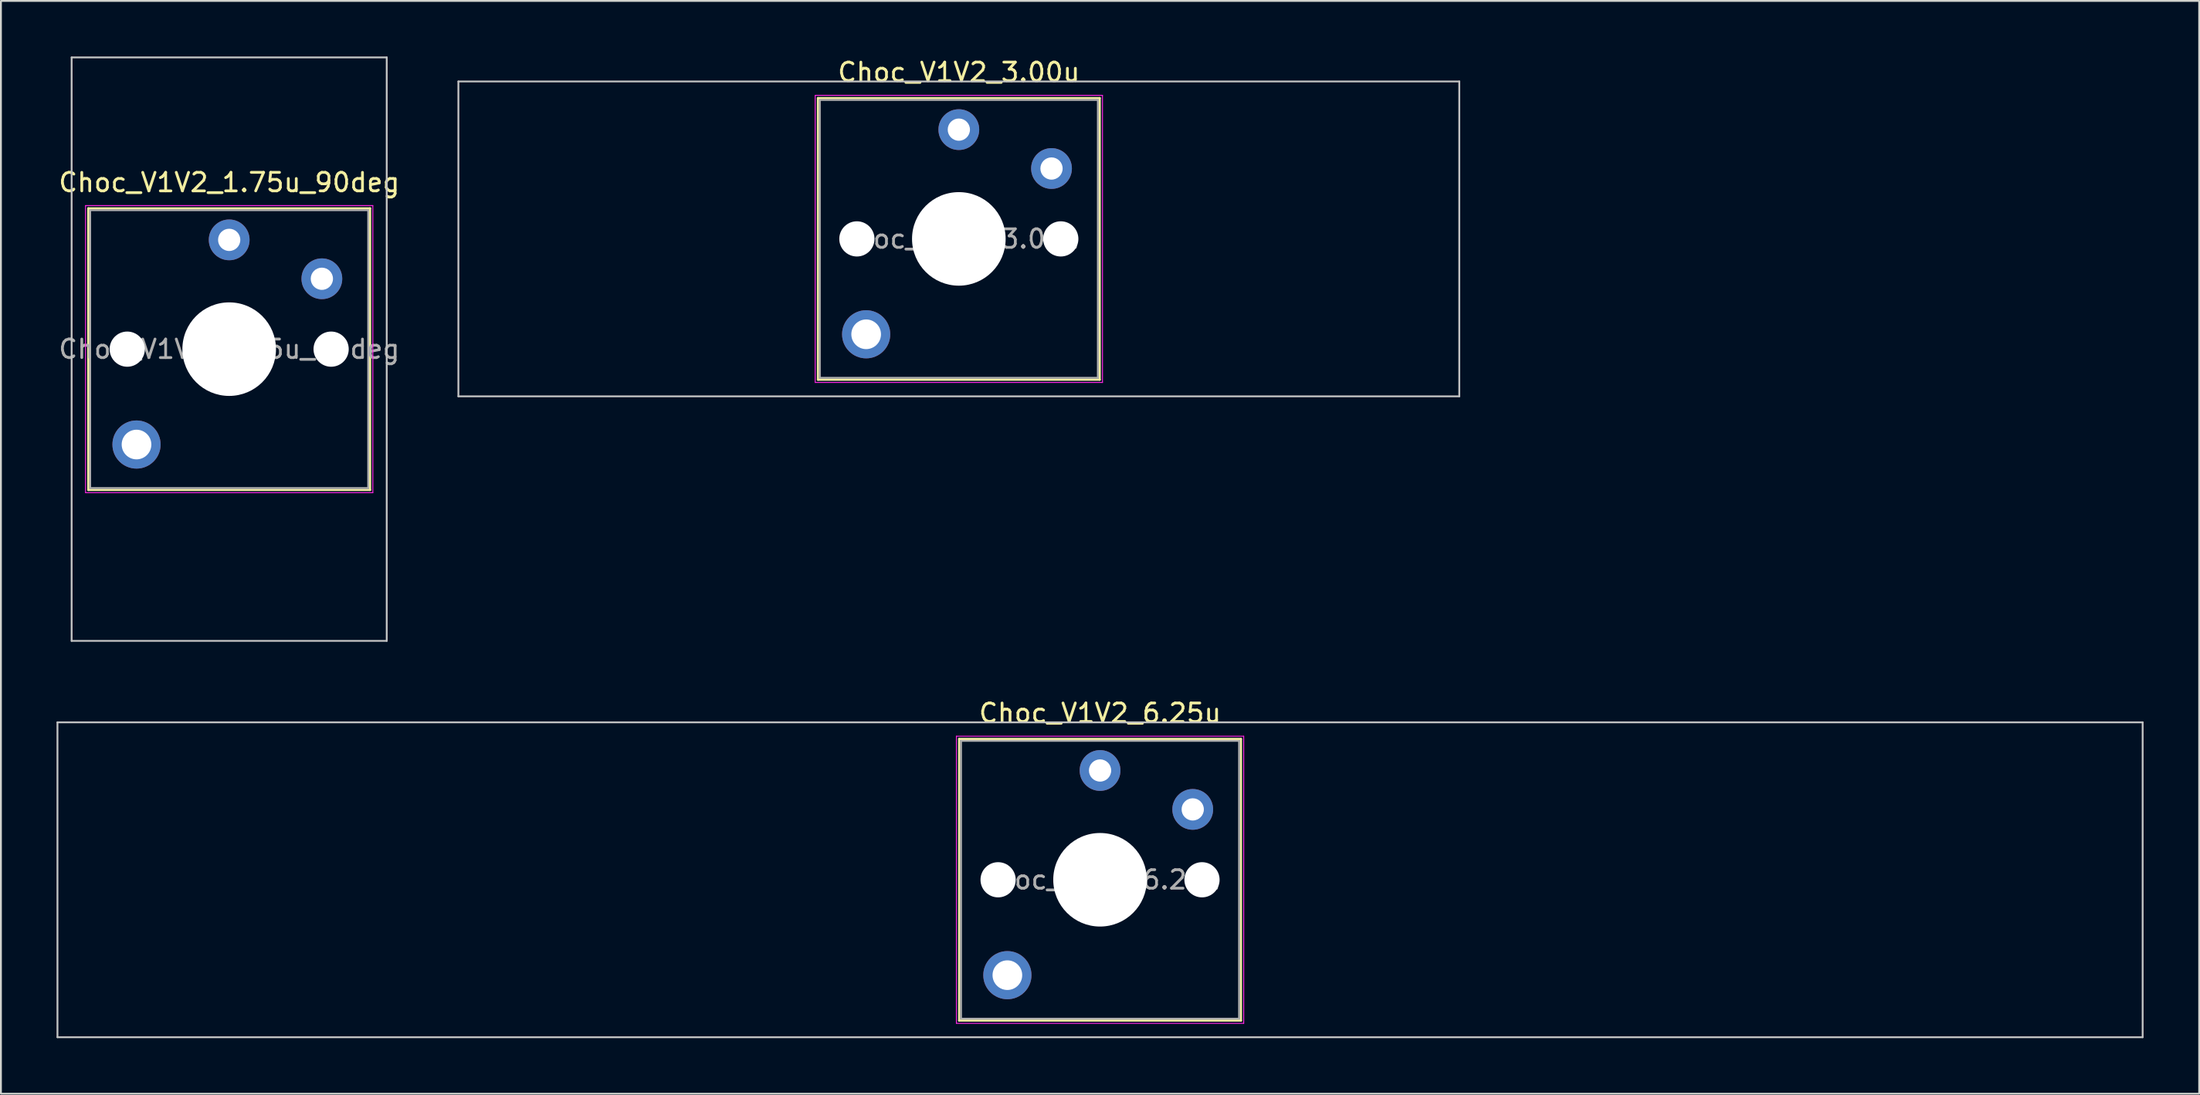
<source format=kicad_pcb>
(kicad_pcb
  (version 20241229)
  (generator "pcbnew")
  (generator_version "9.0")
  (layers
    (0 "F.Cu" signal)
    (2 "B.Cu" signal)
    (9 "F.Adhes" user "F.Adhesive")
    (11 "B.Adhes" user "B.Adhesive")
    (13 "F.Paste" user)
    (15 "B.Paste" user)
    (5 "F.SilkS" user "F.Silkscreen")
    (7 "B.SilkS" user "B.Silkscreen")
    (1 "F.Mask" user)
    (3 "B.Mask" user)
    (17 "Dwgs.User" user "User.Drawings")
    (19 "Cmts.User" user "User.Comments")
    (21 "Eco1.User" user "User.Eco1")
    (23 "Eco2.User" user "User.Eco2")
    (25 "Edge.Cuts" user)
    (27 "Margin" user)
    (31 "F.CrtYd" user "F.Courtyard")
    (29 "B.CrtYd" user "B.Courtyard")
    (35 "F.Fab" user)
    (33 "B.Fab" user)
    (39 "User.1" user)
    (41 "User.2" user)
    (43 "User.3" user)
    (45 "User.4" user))
  (footprint "Choc_V1V2_1.75u_90deg"
    (layer "F.Cu")
    (at 9.315 15.8)
    (property "Reference" "Choc_V1V2_1.75u_90deg" (at 0 -9 0) (layer "F.SilkS") (effects (font (size 1 1) (thickness 0.15))))
    (attr through_hole)
    (fp_line (start -7.6 -7.6) (end -7.6 7.6) (stroke (width 0.12) (type solid)) (layer "F.SilkS"))
    (fp_line (start -7.6 7.6) (end 7.6 7.6) (stroke (width 0.12) (type solid)) (layer "F.SilkS"))
    (fp_line (start 7.6 -7.6) (end -7.6 -7.6) (stroke (width 0.12) (type solid)) (layer "F.SilkS"))
    (fp_line (start 7.6 7.6) (end 7.6 -7.6) (stroke (width 0.12) (type solid)) (layer "F.SilkS"))
    (fp_line (start -8.5 -15.75) (end 8.5 -15.75) (stroke (width 0.1) (type solid)) (layer "Dwgs.User"))
    (fp_line (start -8.5 15.75) (end -8.5 -15.75) (stroke (width 0.1) (type solid)) (layer "Dwgs.User"))
    (fp_line (start 8.5 -15.75) (end 8.5 15.75) (stroke (width 0.1) (type solid)) (layer "Dwgs.User"))
    (fp_line (start 8.5 15.75) (end -8.5 15.75) (stroke (width 0.1) (type solid)) (layer "Dwgs.User"))
    (fp_line (start -7.25 -7.25) (end -7.25 7.25) (stroke (width 0.1) (type solid)) (layer "Eco1.User"))
    (fp_line (start -7.25 7.25) (end 7.25 7.25) (stroke (width 0.1) (type solid)) (layer "Eco1.User"))
    (fp_line (start 7.25 -7.25) (end -7.25 -7.25) (stroke (width 0.1) (type solid)) (layer "Eco1.User"))
    (fp_line (start 7.25 7.25) (end 7.25 -7.25) (stroke (width 0.1) (type solid)) (layer "Eco1.User"))
    (fp_line (start -7.75 -7.75) (end -7.75 7.75) (stroke (width 0.05) (type solid)) (layer "F.CrtYd"))
    (fp_line (start -7.75 7.75) (end 7.75 7.75) (stroke (width 0.05) (type solid)) (layer "F.CrtYd"))
    (fp_line (start 7.75 -7.75) (end -7.75 -7.75) (stroke (width 0.05) (type solid)) (layer "F.CrtYd"))
    (fp_line (start 7.75 7.75) (end 7.75 -7.75) (stroke (width 0.05) (type solid)) (layer "F.CrtYd"))
    (fp_line (start -7.5 -7.5) (end -7.5 7.5) (stroke (width 0.1) (type solid)) (layer "F.Fab"))
    (fp_line (start -7.5 7.5) (end 7.5 7.5) (stroke (width 0.1) (type solid)) (layer "F.Fab"))
    (fp_line (start 7.5 -7.5) (end -7.5 -7.5) (stroke (width 0.1) (type solid)) (layer "F.Fab"))
    (fp_line (start 7.5 7.5) (end 7.5 -7.5) (stroke (width 0.1) (type solid)) (layer "F.Fab"))
    (fp_text user "${REFERENCE}" (at 0 0 0) (layer "F.Fab") (effects (font (size 1 1) (thickness 0.15))))
    (pad "" np_thru_hole circle (at -5.5 0) (size 1.9 1.9) (drill 1.9) (layers "*.Cu" "*.Mask"))
    (pad "" thru_hole circle (at -5 5.15) (size 2.6 2.6) (drill 1.6) (layers "*.Cu" "*.Mask"))
    (pad "" np_thru_hole circle (at 0 0) (size 5.05 5.05) (drill 5.05) (layers "*.Cu" "*.Mask"))
    (pad "" np_thru_hole circle (at 5.5 0) (size 1.9 1.9) (drill 1.9) (layers "*.Cu" "*.Mask"))
    (pad "1" thru_hole circle (at 0 -5.9) (size 2.2 2.2) (drill 1.2) (layers "*.Cu" "*.Mask"))
    (pad "2" thru_hole circle (at 5 -3.8) (size 2.2 2.2) (drill 1.2) (layers "*.Cu" "*.Mask")))
  (footprint "Choc_V1V2_3.00u"
    (layer "F.Cu")
    (at 48.681 9.848)
    (property "Reference" "Choc_V1V2_3.00u" (at 0 -9 0) (layer "F.SilkS") (effects (font (size 1 1) (thickness 0.15))))
    (attr through_hole)
    (fp_line (start -7.6 -7.6) (end -7.6 7.6) (stroke (width 0.12) (type solid)) (layer "F.SilkS"))
    (fp_line (start -7.6 7.6) (end 7.6 7.6) (stroke (width 0.12) (type solid)) (layer "F.SilkS"))
    (fp_line (start 7.6 -7.6) (end -7.6 -7.6) (stroke (width 0.12) (type solid)) (layer "F.SilkS"))
    (fp_line (start 7.6 7.6) (end 7.6 -7.6) (stroke (width 0.12) (type solid)) (layer "F.SilkS"))
    (fp_line (start -27 -8.5) (end -27 8.5) (stroke (width 0.1) (type solid)) (layer "Dwgs.User"))
    (fp_line (start -27 8.5) (end 27 8.5) (stroke (width 0.1) (type solid)) (layer "Dwgs.User"))
    (fp_line (start 27 -8.5) (end -27 -8.5) (stroke (width 0.1) (type solid)) (layer "Dwgs.User"))
    (fp_line (start 27 8.5) (end 27 -8.5) (stroke (width 0.1) (type solid)) (layer "Dwgs.User"))
    (fp_line (start -7.25 -7.25) (end -7.25 7.25) (stroke (width 0.1) (type solid)) (layer "Eco1.User"))
    (fp_line (start -7.25 7.25) (end 7.25 7.25) (stroke (width 0.1) (type solid)) (layer "Eco1.User"))
    (fp_line (start 7.25 -7.25) (end -7.25 -7.25) (stroke (width 0.1) (type solid)) (layer "Eco1.User"))
    (fp_line (start 7.25 7.25) (end 7.25 -7.25) (stroke (width 0.1) (type solid)) (layer "Eco1.User"))
    (fp_line (start -7.75 -7.75) (end -7.75 7.75) (stroke (width 0.05) (type solid)) (layer "F.CrtYd"))
    (fp_line (start -7.75 7.75) (end 7.75 7.75) (stroke (width 0.05) (type solid)) (layer "F.CrtYd"))
    (fp_line (start 7.75 -7.75) (end -7.75 -7.75) (stroke (width 0.05) (type solid)) (layer "F.CrtYd"))
    (fp_line (start 7.75 7.75) (end 7.75 -7.75) (stroke (width 0.05) (type solid)) (layer "F.CrtYd"))
    (fp_line (start -7.5 -7.5) (end -7.5 7.5) (stroke (width 0.1) (type solid)) (layer "F.Fab"))
    (fp_line (start -7.5 7.5) (end 7.5 7.5) (stroke (width 0.1) (type solid)) (layer "F.Fab"))
    (fp_line (start 7.5 -7.5) (end -7.5 -7.5) (stroke (width 0.1) (type solid)) (layer "F.Fab"))
    (fp_line (start 7.5 7.5) (end 7.5 -7.5) (stroke (width 0.1) (type solid)) (layer "F.Fab"))
    (fp_text user "${REFERENCE}" (at 0 0 0) (layer "F.Fab") (effects (font (size 1 1) (thickness 0.15))))
    (pad "" np_thru_hole circle (at -5.5 0) (size 1.9 1.9) (drill 1.9) (layers "*.Cu" "*.Mask"))
    (pad "" thru_hole circle (at -5 5.15) (size 2.6 2.6) (drill 1.6) (layers "*.Cu" "*.Mask"))
    (pad "" np_thru_hole circle (at 0 0) (size 5.05 5.05) (drill 5.05) (layers "*.Cu" "*.Mask"))
    (pad "" np_thru_hole circle (at 5.5 0) (size 1.9 1.9) (drill 1.9) (layers "*.Cu" "*.Mask"))
    (pad "1" thru_hole circle (at 0 -5.9) (size 2.2 2.2) (drill 1.2) (layers "*.Cu" "*.Mask"))
    (pad "2" thru_hole circle (at 5 -3.8) (size 2.2 2.2) (drill 1.2) (layers "*.Cu" "*.Mask")))
  (footprint "Choc_V1V2_6.25u"
    (layer "F.Cu")
    (at 56.3 44.448)
    (property "Reference" "Choc_V1V2_6.25u" (at 0 -9 0) (layer "F.SilkS") (effects (font (size 1 1) (thickness 0.15))))
    (attr through_hole)
    (fp_line (start -7.6 -7.6) (end -7.6 7.6) (stroke (width 0.12) (type solid)) (layer "F.SilkS"))
    (fp_line (start -7.6 7.6) (end 7.6 7.6) (stroke (width 0.12) (type solid)) (layer "F.SilkS"))
    (fp_line (start 7.6 -7.6) (end -7.6 -7.6) (stroke (width 0.12) (type solid)) (layer "F.SilkS"))
    (fp_line (start 7.6 7.6) (end 7.6 -7.6) (stroke (width 0.12) (type solid)) (layer "F.SilkS"))
    (fp_line (start -56.25 -8.5) (end -56.25 8.5) (stroke (width 0.1) (type solid)) (layer "Dwgs.User"))
    (fp_line (start -56.25 8.5) (end 56.25 8.5) (stroke (width 0.1) (type solid)) (layer "Dwgs.User"))
    (fp_line (start 56.25 -8.5) (end -56.25 -8.5) (stroke (width 0.1) (type solid)) (layer "Dwgs.User"))
    (fp_line (start 56.25 8.5) (end 56.25 -8.5) (stroke (width 0.1) (type solid)) (layer "Dwgs.User"))
    (fp_line (start -7.25 -7.25) (end -7.25 7.25) (stroke (width 0.1) (type solid)) (layer "Eco1.User"))
    (fp_line (start -7.25 7.25) (end 7.25 7.25) (stroke (width 0.1) (type solid)) (layer "Eco1.User"))
    (fp_line (start 7.25 -7.25) (end -7.25 -7.25) (stroke (width 0.1) (type solid)) (layer "Eco1.User"))
    (fp_line (start 7.25 7.25) (end 7.25 -7.25) (stroke (width 0.1) (type solid)) (layer "Eco1.User"))
    (fp_line (start -7.75 -7.75) (end -7.75 7.75) (stroke (width 0.05) (type solid)) (layer "F.CrtYd"))
    (fp_line (start -7.75 7.75) (end 7.75 7.75) (stroke (width 0.05) (type solid)) (layer "F.CrtYd"))
    (fp_line (start 7.75 -7.75) (end -7.75 -7.75) (stroke (width 0.05) (type solid)) (layer "F.CrtYd"))
    (fp_line (start 7.75 7.75) (end 7.75 -7.75) (stroke (width 0.05) (type solid)) (layer "F.CrtYd"))
    (fp_line (start -7.5 -7.5) (end -7.5 7.5) (stroke (width 0.1) (type solid)) (layer "F.Fab"))
    (fp_line (start -7.5 7.5) (end 7.5 7.5) (stroke (width 0.1) (type solid)) (layer "F.Fab"))
    (fp_line (start 7.5 -7.5) (end -7.5 -7.5) (stroke (width 0.1) (type solid)) (layer "F.Fab"))
    (fp_line (start 7.5 7.5) (end 7.5 -7.5) (stroke (width 0.1) (type solid)) (layer "F.Fab"))
    (fp_text user "${REFERENCE}" (at 0 0 0) (layer "F.Fab") (effects (font (size 1 1) (thickness 0.15))))
    (pad "" np_thru_hole circle (at -5.5 0) (size 1.9 1.9) (drill 1.9) (layers "*.Cu" "*.Mask"))
    (pad "" thru_hole circle (at -5 5.15) (size 2.6 2.6) (drill 1.6) (layers "*.Cu" "*.Mask"))
    (pad "" np_thru_hole circle (at 0 0) (size 5.05 5.05) (drill 5.05) (layers "*.Cu" "*.Mask"))
    (pad "" np_thru_hole circle (at 5.5 0) (size 1.9 1.9) (drill 1.9) (layers "*.Cu" "*.Mask"))
    (pad "1" thru_hole circle (at 0 -5.9) (size 2.2 2.2) (drill 1.2) (layers "*.Cu" "*.Mask"))
    (pad "2" thru_hole circle (at 5 -3.8) (size 2.2 2.2) (drill 1.2) (layers "*.Cu" "*.Mask")))
  (gr_rect
    (start -3 -3)
    (end 115.6 55.998)
    (stroke (width 0.1) (type default))
    (fill no)
    (layer "Edge.Cuts")))
</source>
